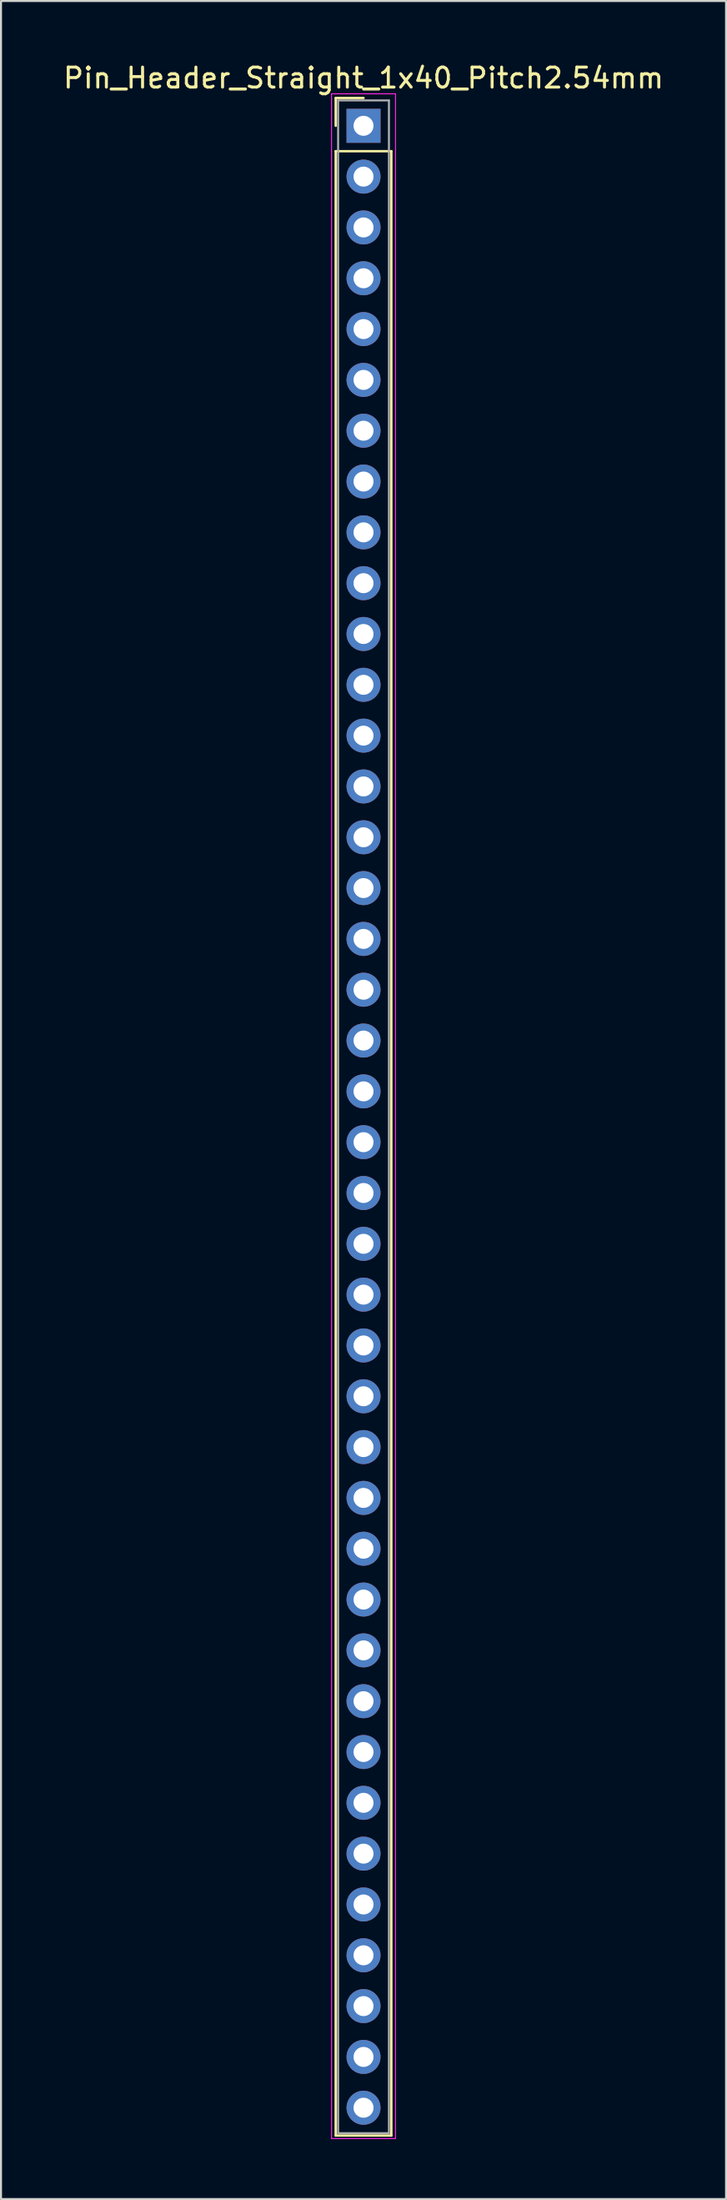
<source format=kicad_pcb>
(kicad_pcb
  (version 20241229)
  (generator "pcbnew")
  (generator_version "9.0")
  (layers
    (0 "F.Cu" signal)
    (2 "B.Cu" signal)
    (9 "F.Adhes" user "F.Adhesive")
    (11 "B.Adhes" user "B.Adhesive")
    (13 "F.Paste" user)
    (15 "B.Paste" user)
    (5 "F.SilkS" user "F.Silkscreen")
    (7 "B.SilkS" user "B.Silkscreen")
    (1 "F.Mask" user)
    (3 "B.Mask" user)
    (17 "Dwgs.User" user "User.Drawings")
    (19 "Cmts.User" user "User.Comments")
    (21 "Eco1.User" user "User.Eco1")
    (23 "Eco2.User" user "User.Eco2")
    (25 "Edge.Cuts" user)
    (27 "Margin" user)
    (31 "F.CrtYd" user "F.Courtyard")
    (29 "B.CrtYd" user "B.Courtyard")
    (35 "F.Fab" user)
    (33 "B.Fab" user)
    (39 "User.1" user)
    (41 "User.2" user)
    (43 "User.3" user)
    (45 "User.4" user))
  (footprint "Pin_Header_Straight_1x40_Pitch2.54mm"
    (layer "F.Cu")
    (at 15.125 3.238)
    (property "Reference" "Pin_Header_Straight_1x40_Pitch2.54mm" (at 0 -2.39 0) (layer "F.SilkS") (effects (font (size 1 1) (thickness 0.15))))
    (attr through_hole)
    (fp_line (start -1.39 -1.39) (end 0 -1.39) (stroke (width 0.12) (type solid)) (layer "F.SilkS"))
    (fp_line (start -1.39 0) (end -1.39 -1.39) (stroke (width 0.12) (type solid)) (layer "F.SilkS"))
    (fp_line (start -1.39 1.27) (end -1.39 100.45) (stroke (width 0.12) (type solid)) (layer "F.SilkS"))
    (fp_line (start -1.39 100.45) (end 1.39 100.45) (stroke (width 0.12) (type solid)) (layer "F.SilkS"))
    (fp_line (start 1.39 1.27) (end -1.39 1.27) (stroke (width 0.12) (type solid)) (layer "F.SilkS"))
    (fp_line (start 1.39 100.45) (end 1.39 1.27) (stroke (width 0.12) (type solid)) (layer "F.SilkS"))
    (fp_line (start -1.6 -1.6) (end -1.6 100.6) (stroke (width 0.05) (type solid)) (layer "F.CrtYd"))
    (fp_line (start -1.6 100.6) (end 1.6 100.6) (stroke (width 0.05) (type solid)) (layer "F.CrtYd"))
    (fp_line (start 1.6 -1.6) (end -1.6 -1.6) (stroke (width 0.05) (type solid)) (layer "F.CrtYd"))
    (fp_line (start 1.6 100.6) (end 1.6 -1.6) (stroke (width 0.05) (type solid)) (layer "F.CrtYd"))
    (fp_line (start -1.27 -1.27) (end -1.27 100.33) (stroke (width 0.1) (type solid)) (layer "F.Fab"))
    (fp_line (start -1.27 100.33) (end 1.27 100.33) (stroke (width 0.1) (type solid)) (layer "F.Fab"))
    (fp_line (start 1.27 -1.27) (end -1.27 -1.27) (stroke (width 0.1) (type solid)) (layer "F.Fab"))
    (fp_line (start 1.27 100.33) (end 1.27 -1.27) (stroke (width 0.1) (type solid)) (layer "F.Fab"))
    (pad "1" thru_hole rect (at 0 0) (size 1.7 1.7) (drill 1) (layers "*.Cu" "*.Mask"))
    (pad "2" thru_hole oval (at 0 2.54) (size 1.7 1.7) (drill 1) (layers "*.Cu" "*.Mask"))
    (pad "3" thru_hole oval (at 0 5.08) (size 1.7 1.7) (drill 1) (layers "*.Cu" "*.Mask"))
    (pad "4" thru_hole oval (at 0 7.62) (size 1.7 1.7) (drill 1) (layers "*.Cu" "*.Mask"))
    (pad "5" thru_hole oval (at 0 10.16) (size 1.7 1.7) (drill 1) (layers "*.Cu" "*.Mask"))
    (pad "6" thru_hole oval (at 0 12.7) (size 1.7 1.7) (drill 1) (layers "*.Cu" "*.Mask"))
    (pad "7" thru_hole oval (at 0 15.24) (size 1.7 1.7) (drill 1) (layers "*.Cu" "*.Mask"))
    (pad "8" thru_hole oval (at 0 17.78) (size 1.7 1.7) (drill 1) (layers "*.Cu" "*.Mask"))
    (pad "9" thru_hole oval (at 0 20.32) (size 1.7 1.7) (drill 1) (layers "*.Cu" "*.Mask"))
    (pad "10" thru_hole oval (at 0 22.86) (size 1.7 1.7) (drill 1) (layers "*.Cu" "*.Mask"))
    (pad "11" thru_hole oval (at 0 25.4) (size 1.7 1.7) (drill 1) (layers "*.Cu" "*.Mask"))
    (pad "12" thru_hole oval (at 0 27.94) (size 1.7 1.7) (drill 1) (layers "*.Cu" "*.Mask"))
    (pad "13" thru_hole oval (at 0 30.48) (size 1.7 1.7) (drill 1) (layers "*.Cu" "*.Mask"))
    (pad "14" thru_hole oval (at 0 33.02) (size 1.7 1.7) (drill 1) (layers "*.Cu" "*.Mask"))
    (pad "15" thru_hole oval (at 0 35.56) (size 1.7 1.7) (drill 1) (layers "*.Cu" "*.Mask"))
    (pad "16" thru_hole oval (at 0 38.1) (size 1.7 1.7) (drill 1) (layers "*.Cu" "*.Mask"))
    (pad "17" thru_hole oval (at 0 40.64) (size 1.7 1.7) (drill 1) (layers "*.Cu" "*.Mask"))
    (pad "18" thru_hole oval (at 0 43.18) (size 1.7 1.7) (drill 1) (layers "*.Cu" "*.Mask"))
    (pad "19" thru_hole oval (at 0 45.72) (size 1.7 1.7) (drill 1) (layers "*.Cu" "*.Mask"))
    (pad "20" thru_hole oval (at 0 48.26) (size 1.7 1.7) (drill 1) (layers "*.Cu" "*.Mask"))
    (pad "21" thru_hole oval (at 0 50.8) (size 1.7 1.7) (drill 1) (layers "*.Cu" "*.Mask"))
    (pad "22" thru_hole oval (at 0 53.34) (size 1.7 1.7) (drill 1) (layers "*.Cu" "*.Mask"))
    (pad "23" thru_hole oval (at 0 55.88) (size 1.7 1.7) (drill 1) (layers "*.Cu" "*.Mask"))
    (pad "24" thru_hole oval (at 0 58.42) (size 1.7 1.7) (drill 1) (layers "*.Cu" "*.Mask"))
    (pad "25" thru_hole oval (at 0 60.96) (size 1.7 1.7) (drill 1) (layers "*.Cu" "*.Mask"))
    (pad "26" thru_hole oval (at 0 63.5) (size 1.7 1.7) (drill 1) (layers "*.Cu" "*.Mask"))
    (pad "27" thru_hole oval (at 0 66.04) (size 1.7 1.7) (drill 1) (layers "*.Cu" "*.Mask"))
    (pad "28" thru_hole oval (at 0 68.58) (size 1.7 1.7) (drill 1) (layers "*.Cu" "*.Mask"))
    (pad "29" thru_hole oval (at 0 71.12) (size 1.7 1.7) (drill 1) (layers "*.Cu" "*.Mask"))
    (pad "30" thru_hole oval (at 0 73.66) (size 1.7 1.7) (drill 1) (layers "*.Cu" "*.Mask"))
    (pad "31" thru_hole oval (at 0 76.2) (size 1.7 1.7) (drill 1) (layers "*.Cu" "*.Mask"))
    (pad "32" thru_hole oval (at 0 78.74) (size 1.7 1.7) (drill 1) (layers "*.Cu" "*.Mask"))
    (pad "33" thru_hole oval (at 0 81.28) (size 1.7 1.7) (drill 1) (layers "*.Cu" "*.Mask"))
    (pad "34" thru_hole oval (at 0 83.82) (size 1.7 1.7) (drill 1) (layers "*.Cu" "*.Mask"))
    (pad "35" thru_hole oval (at 0 86.36) (size 1.7 1.7) (drill 1) (layers "*.Cu" "*.Mask"))
    (pad "36" thru_hole oval (at 0 88.9) (size 1.7 1.7) (drill 1) (layers "*.Cu" "*.Mask"))
    (pad "37" thru_hole oval (at 0 91.44) (size 1.7 1.7) (drill 1) (layers "*.Cu" "*.Mask"))
    (pad "38" thru_hole oval (at 0 93.98) (size 1.7 1.7) (drill 1) (layers "*.Cu" "*.Mask"))
    (pad "39" thru_hole oval (at 0 96.52) (size 1.7 1.7) (drill 1) (layers "*.Cu" "*.Mask"))
    (pad "40" thru_hole oval (at 0 99.06) (size 1.7 1.7) (drill 1) (layers "*.Cu" "*.Mask")))
  (gr_rect
    (start -3 -3)
    (end 33.25 106.863)
    (stroke (width 0.1) (type default))
    (fill no)
    (layer "Edge.Cuts")))
</source>
